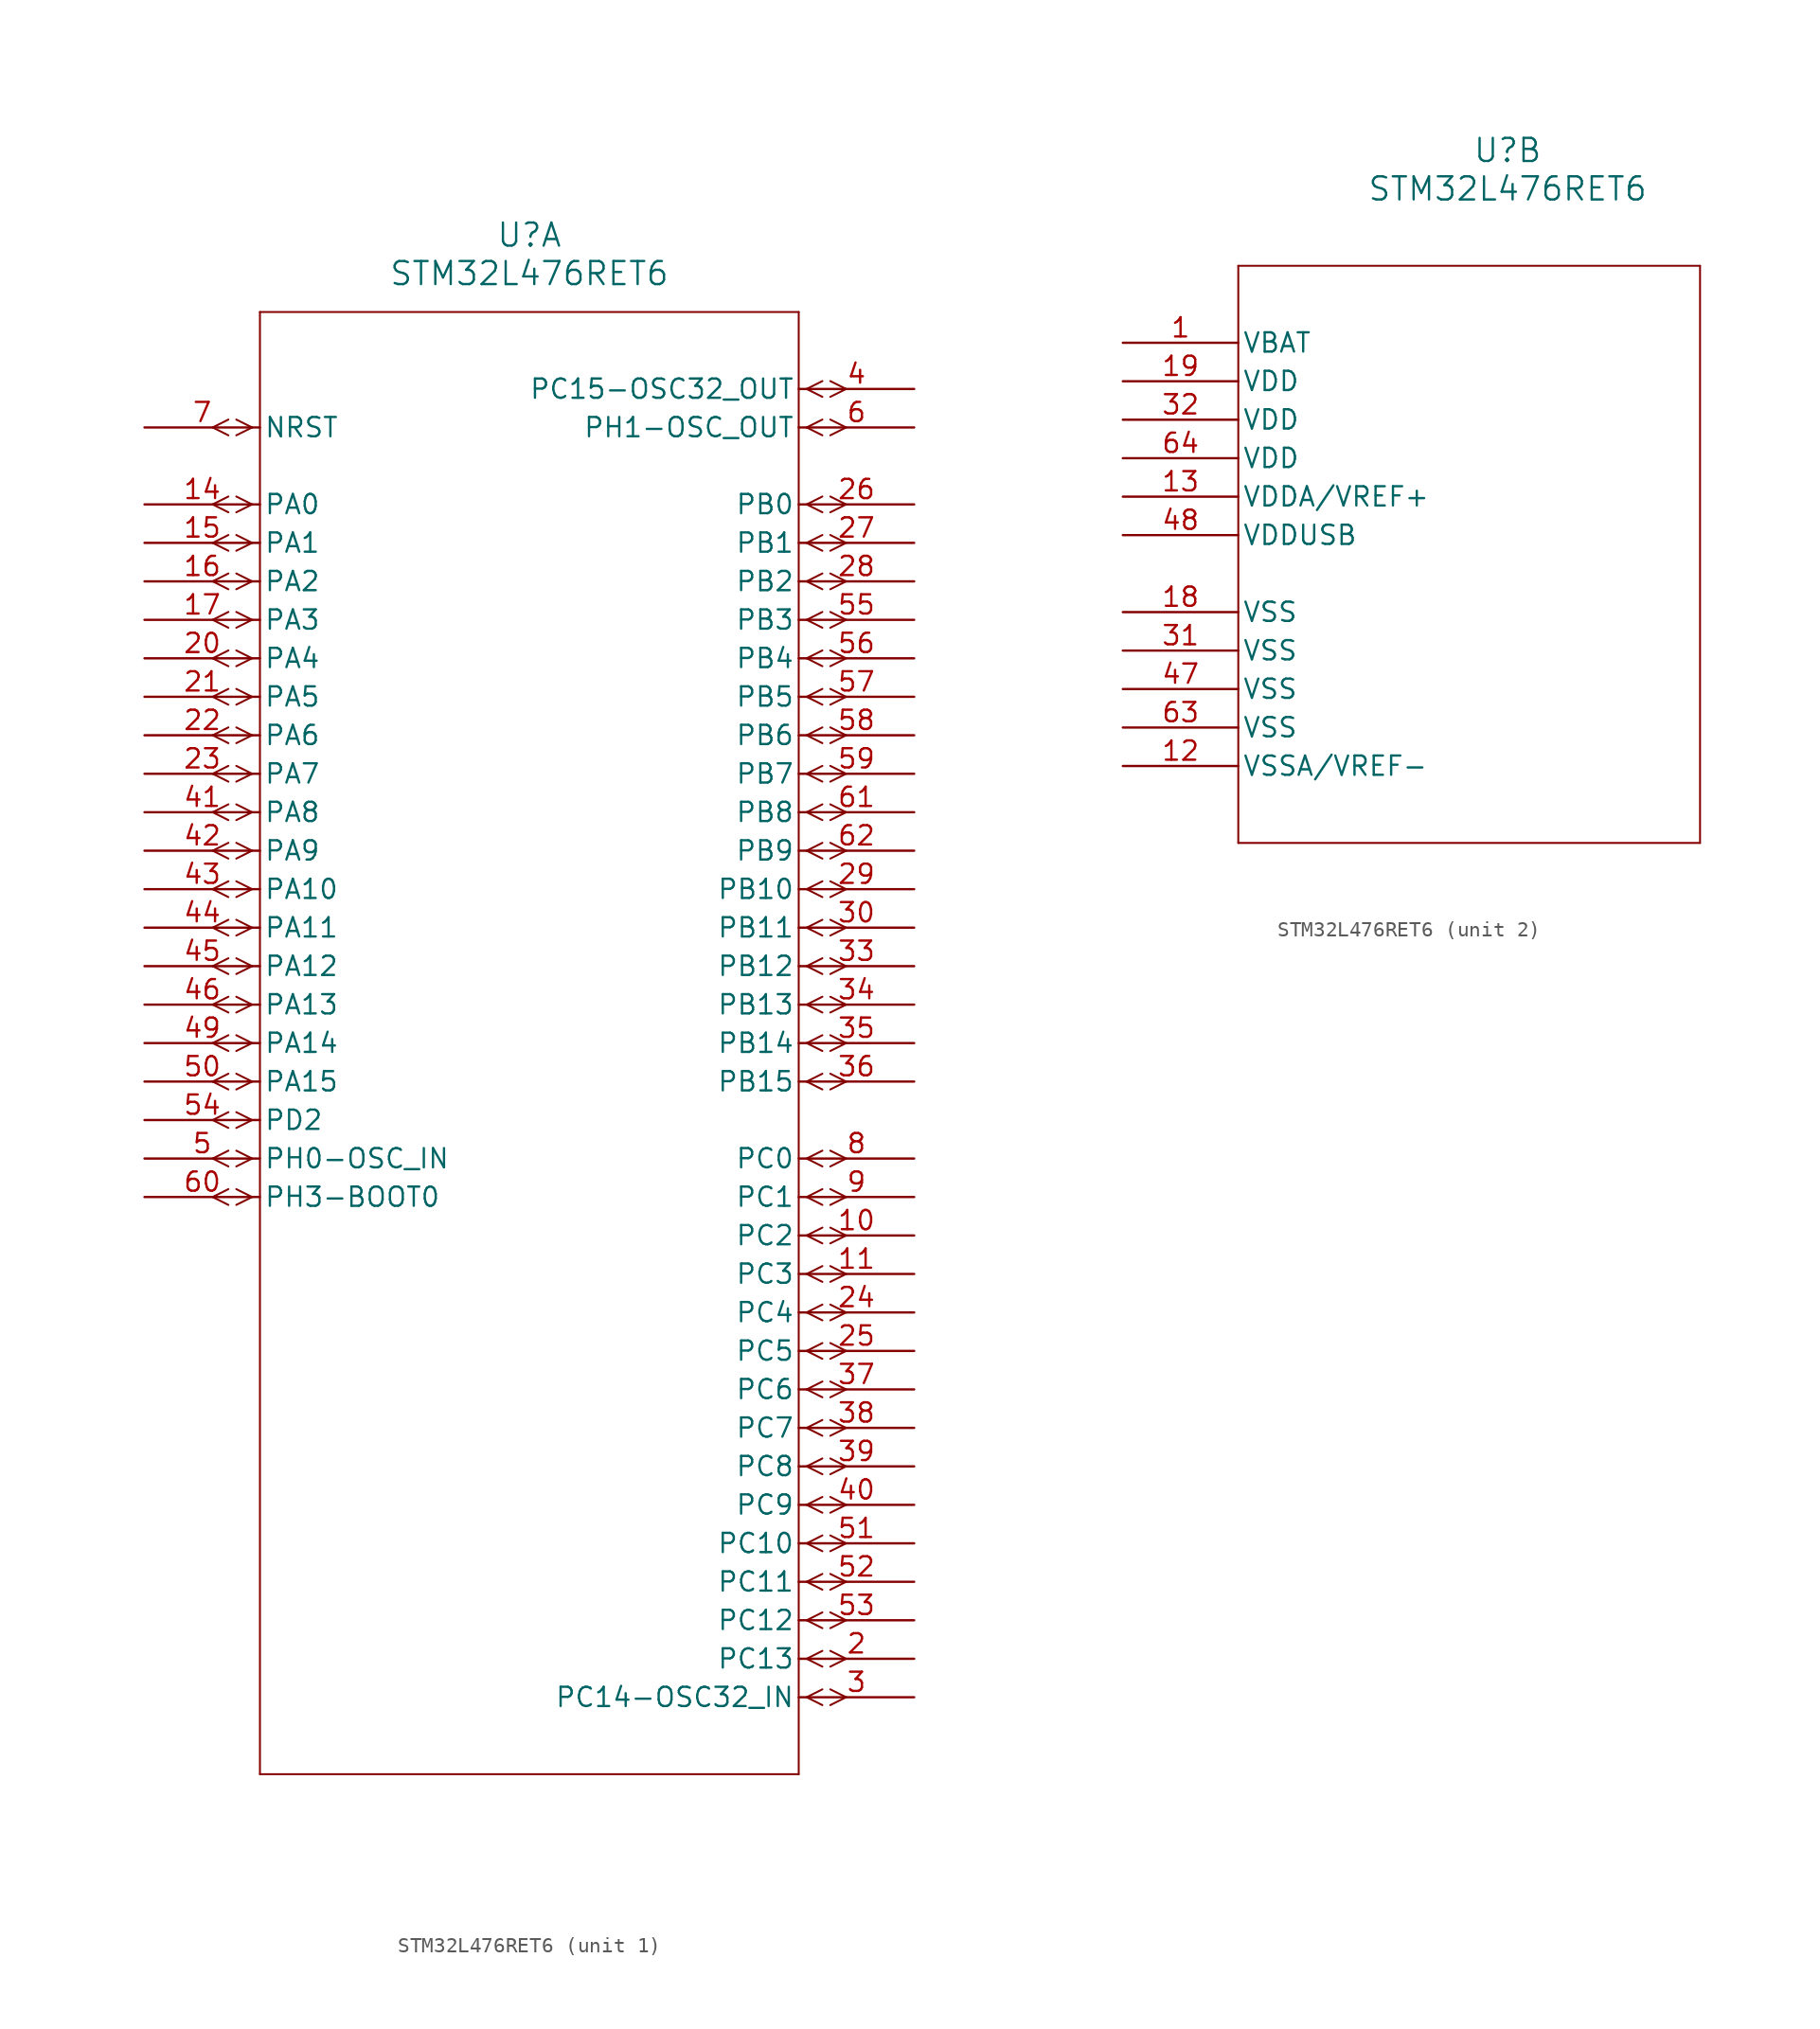
<source format=kicad_sym>
(kicad_symbol_lib
  (version 20211014)
  (generator kicad_symbol_editor)
  (symbol "STM32L476RET6"
    (pin_names
      (offset 0.254))
    (property "Reference" "U"
      (at 25.4 12.7 0)
      (effects (font (size 1.524 1.524))))
    (property "Value" "STM32L476RET6"
      (at 25.4 10.16 0)
      (effects (font (size 1.524 1.524))))
    (symbol "STM32L476RET6_1_1"
      (polyline (pts (xy 7.099 0) (xy 6.058 0.521)) (stroke (width 0.127) (type default) (color 0 0 0 0)) (fill (type none)))
      (polyline (pts (xy 7.099 0) (xy 6.058 -0.521)) (stroke (width 0.127) (type default) (color 0 0 0 0)) (fill (type none)))
      (polyline (pts (xy 5.537 0.521) (xy 4.496 0)) (stroke (width 0.127) (type default) (color 0 0 0 0)) (fill (type none)))
      (polyline (pts (xy 5.537 -0.521) (xy 4.496 0)) (stroke (width 0.127) (type default) (color 0 0 0 0)) (fill (type none)))
      (polyline (pts (xy 7.099 -5.08) (xy 6.058 -4.559)) (stroke (width 0.127) (type default) (color 0 0 0 0)) (fill (type none)))
      (polyline (pts (xy 7.099 -5.08) (xy 6.058 -5.601)) (stroke (width 0.127) (type default) (color 0 0 0 0)) (fill (type none)))
      (polyline (pts (xy 5.537 -4.559) (xy 4.496 -5.08)) (stroke (width 0.127) (type default) (color 0 0 0 0)) (fill (type none)))
      (polyline (pts (xy 5.537 -5.601) (xy 4.496 -5.08)) (stroke (width 0.127) (type default) (color 0 0 0 0)) (fill (type none)))
      (polyline (pts (xy 7.099 -7.62) (xy 6.058 -7.099)) (stroke (width 0.127) (type default) (color 0 0 0 0)) (fill (type none)))
      (polyline (pts (xy 7.099 -7.62) (xy 6.058 -8.141)) (stroke (width 0.127) (type default) (color 0 0 0 0)) (fill (type none)))
      (polyline (pts (xy 5.537 -7.099) (xy 4.496 -7.62)) (stroke (width 0.127) (type default) (color 0 0 0 0)) (fill (type none)))
      (polyline (pts (xy 5.537 -8.141) (xy 4.496 -7.62)) (stroke (width 0.127) (type default) (color 0 0 0 0)) (fill (type none)))
      (polyline (pts (xy 7.099 -10.16) (xy 6.058 -9.639)) (stroke (width 0.127) (type default) (color 0 0 0 0)) (fill (type none)))
      (polyline (pts (xy 7.099 -10.16) (xy 6.058 -10.681)) (stroke (width 0.127) (type default) (color 0 0 0 0)) (fill (type none)))
      (polyline (pts (xy 5.537 -9.639) (xy 4.496 -10.16)) (stroke (width 0.127) (type default) (color 0 0 0 0)) (fill (type none)))
      (polyline (pts (xy 5.537 -10.681) (xy 4.496 -10.16)) (stroke (width 0.127) (type default) (color 0 0 0 0)) (fill (type none)))
      (polyline (pts (xy 7.099 -12.7) (xy 6.058 -12.179)) (stroke (width 0.127) (type default) (color 0 0 0 0)) (fill (type none)))
      (polyline (pts (xy 7.099 -12.7) (xy 6.058 -13.221)) (stroke (width 0.127) (type default) (color 0 0 0 0)) (fill (type none)))
      (polyline (pts (xy 5.537 -12.179) (xy 4.496 -12.7)) (stroke (width 0.127) (type default) (color 0 0 0 0)) (fill (type none)))
      (polyline (pts (xy 5.537 -13.221) (xy 4.496 -12.7)) (stroke (width 0.127) (type default) (color 0 0 0 0)) (fill (type none)))
      (polyline (pts (xy 7.099 -15.24) (xy 6.058 -14.719)) (stroke (width 0.127) (type default) (color 0 0 0 0)) (fill (type none)))
      (polyline (pts (xy 7.099 -15.24) (xy 6.058 -15.761)) (stroke (width 0.127) (type default) (color 0 0 0 0)) (fill (type none)))
      (polyline (pts (xy 5.537 -14.719) (xy 4.496 -15.24)) (stroke (width 0.127) (type default) (color 0 0 0 0)) (fill (type none)))
      (polyline (pts (xy 5.537 -15.761) (xy 4.496 -15.24)) (stroke (width 0.127) (type default) (color 0 0 0 0)) (fill (type none)))
      (polyline (pts (xy 7.099 -17.78) (xy 6.058 -17.259)) (stroke (width 0.127) (type default) (color 0 0 0 0)) (fill (type none)))
      (polyline (pts (xy 7.099 -17.78) (xy 6.058 -18.301)) (stroke (width 0.127) (type default) (color 0 0 0 0)) (fill (type none)))
      (polyline (pts (xy 5.537 -17.259) (xy 4.496 -17.78)) (stroke (width 0.127) (type default) (color 0 0 0 0)) (fill (type none)))
      (polyline (pts (xy 5.537 -18.301) (xy 4.496 -17.78)) (stroke (width 0.127) (type default) (color 0 0 0 0)) (fill (type none)))
      (polyline (pts (xy 7.099 -20.32) (xy 6.058 -19.799)) (stroke (width 0.127) (type default) (color 0 0 0 0)) (fill (type none)))
      (polyline (pts (xy 7.099 -20.32) (xy 6.058 -20.841)) (stroke (width 0.127) (type default) (color 0 0 0 0)) (fill (type none)))
      (polyline (pts (xy 5.537 -19.799) (xy 4.496 -20.32)) (stroke (width 0.127) (type default) (color 0 0 0 0)) (fill (type none)))
      (polyline (pts (xy 5.537 -20.841) (xy 4.496 -20.32)) (stroke (width 0.127) (type default) (color 0 0 0 0)) (fill (type none)))
      (polyline (pts (xy 7.099 -22.86) (xy 6.058 -22.339)) (stroke (width 0.127) (type default) (color 0 0 0 0)) (fill (type none)))
      (polyline (pts (xy 7.099 -22.86) (xy 6.058 -23.381)) (stroke (width 0.127) (type default) (color 0 0 0 0)) (fill (type none)))
      (polyline (pts (xy 5.537 -22.339) (xy 4.496 -22.86)) (stroke (width 0.127) (type default) (color 0 0 0 0)) (fill (type none)))
      (polyline (pts (xy 5.537 -23.381) (xy 4.496 -22.86)) (stroke (width 0.127) (type default) (color 0 0 0 0)) (fill (type none)))
      (polyline (pts (xy 7.099 -25.4) (xy 6.058 -24.879)) (stroke (width 0.127) (type default) (color 0 0 0 0)) (fill (type none)))
      (polyline (pts (xy 7.099 -25.4) (xy 6.058 -25.921)) (stroke (width 0.127) (type default) (color 0 0 0 0)) (fill (type none)))
      (polyline (pts (xy 5.537 -24.879) (xy 4.496 -25.4)) (stroke (width 0.127) (type default) (color 0 0 0 0)) (fill (type none)))
      (polyline (pts (xy 5.537 -25.921) (xy 4.496 -25.4)) (stroke (width 0.127) (type default) (color 0 0 0 0)) (fill (type none)))
      (polyline (pts (xy 7.099 -27.94) (xy 6.058 -27.419)) (stroke (width 0.127) (type default) (color 0 0 0 0)) (fill (type none)))
      (polyline (pts (xy 7.099 -27.94) (xy 6.058 -28.461)) (stroke (width 0.127) (type default) (color 0 0 0 0)) (fill (type none)))
      (polyline (pts (xy 5.537 -27.419) (xy 4.496 -27.94)) (stroke (width 0.127) (type default) (color 0 0 0 0)) (fill (type none)))
      (polyline (pts (xy 5.537 -28.461) (xy 4.496 -27.94)) (stroke (width 0.127) (type default) (color 0 0 0 0)) (fill (type none)))
      (polyline (pts (xy 7.099 -30.48) (xy 6.058 -29.959)) (stroke (width 0.127) (type default) (color 0 0 0 0)) (fill (type none)))
      (polyline (pts (xy 7.099 -30.48) (xy 6.058 -31.001)) (stroke (width 0.127) (type default) (color 0 0 0 0)) (fill (type none)))
      (polyline (pts (xy 5.537 -29.959) (xy 4.496 -30.48)) (stroke (width 0.127) (type default) (color 0 0 0 0)) (fill (type none)))
      (polyline (pts (xy 5.537 -31.001) (xy 4.496 -30.48)) (stroke (width 0.127) (type default) (color 0 0 0 0)) (fill (type none)))
      (polyline (pts (xy 7.099 -33.02) (xy 6.058 -32.499)) (stroke (width 0.127) (type default) (color 0 0 0 0)) (fill (type none)))
      (polyline (pts (xy 7.099 -33.02) (xy 6.058 -33.541)) (stroke (width 0.127) (type default) (color 0 0 0 0)) (fill (type none)))
      (polyline (pts (xy 5.537 -32.499) (xy 4.496 -33.02)) (stroke (width 0.127) (type default) (color 0 0 0 0)) (fill (type none)))
      (polyline (pts (xy 5.537 -33.541) (xy 4.496 -33.02)) (stroke (width 0.127) (type default) (color 0 0 0 0)) (fill (type none)))
      (polyline (pts (xy 7.099 -35.56) (xy 6.058 -35.039)) (stroke (width 0.127) (type default) (color 0 0 0 0)) (fill (type none)))
      (polyline (pts (xy 7.099 -35.56) (xy 6.058 -36.081)) (stroke (width 0.127) (type default) (color 0 0 0 0)) (fill (type none)))
      (polyline (pts (xy 5.537 -35.039) (xy 4.496 -35.56)) (stroke (width 0.127) (type default) (color 0 0 0 0)) (fill (type none)))
      (polyline (pts (xy 5.537 -36.081) (xy 4.496 -35.56)) (stroke (width 0.127) (type default) (color 0 0 0 0)) (fill (type none)))
      (polyline (pts (xy 7.099 -38.1) (xy 6.058 -37.579)) (stroke (width 0.127) (type default) (color 0 0 0 0)) (fill (type none)))
      (polyline (pts (xy 7.099 -38.1) (xy 6.058 -38.621)) (stroke (width 0.127) (type default) (color 0 0 0 0)) (fill (type none)))
      (polyline (pts (xy 5.537 -37.579) (xy 4.496 -38.1)) (stroke (width 0.127) (type default) (color 0 0 0 0)) (fill (type none)))
      (polyline (pts (xy 5.537 -38.621) (xy 4.496 -38.1)) (stroke (width 0.127) (type default) (color 0 0 0 0)) (fill (type none)))
      (polyline (pts (xy 7.099 -40.64) (xy 6.058 -40.119)) (stroke (width 0.127) (type default) (color 0 0 0 0)) (fill (type none)))
      (polyline (pts (xy 7.099 -40.64) (xy 6.058 -41.161)) (stroke (width 0.127) (type default) (color 0 0 0 0)) (fill (type none)))
      (polyline (pts (xy 5.537 -40.119) (xy 4.496 -40.64)) (stroke (width 0.127) (type default) (color 0 0 0 0)) (fill (type none)))
      (polyline (pts (xy 5.537 -41.161) (xy 4.496 -40.64)) (stroke (width 0.127) (type default) (color 0 0 0 0)) (fill (type none)))
      (polyline (pts (xy 7.099 -43.18) (xy 6.058 -42.659)) (stroke (width 0.127) (type default) (color 0 0 0 0)) (fill (type none)))
      (polyline (pts (xy 7.099 -43.18) (xy 6.058 -43.701)) (stroke (width 0.127) (type default) (color 0 0 0 0)) (fill (type none)))
      (polyline (pts (xy 5.537 -42.659) (xy 4.496 -43.18)) (stroke (width 0.127) (type default) (color 0 0 0 0)) (fill (type none)))
      (polyline (pts (xy 5.537 -43.701) (xy 4.496 -43.18)) (stroke (width 0.127) (type default) (color 0 0 0 0)) (fill (type none)))
      (polyline (pts (xy 7.099 -45.72) (xy 6.058 -45.199)) (stroke (width 0.127) (type default) (color 0 0 0 0)) (fill (type none)))
      (polyline (pts (xy 7.099 -45.72) (xy 6.058 -46.241)) (stroke (width 0.127) (type default) (color 0 0 0 0)) (fill (type none)))
      (polyline (pts (xy 5.537 -45.199) (xy 4.496 -45.72)) (stroke (width 0.127) (type default) (color 0 0 0 0)) (fill (type none)))
      (polyline (pts (xy 5.537 -46.241) (xy 4.496 -45.72)) (stroke (width 0.127) (type default) (color 0 0 0 0)) (fill (type none)))
      (polyline (pts (xy 7.099 -48.26) (xy 6.058 -47.739)) (stroke (width 0.127) (type default) (color 0 0 0 0)) (fill (type none)))
      (polyline (pts (xy 7.099 -48.26) (xy 6.058 -48.781)) (stroke (width 0.127) (type default) (color 0 0 0 0)) (fill (type none)))
      (polyline (pts (xy 5.537 -47.739) (xy 4.496 -48.26)) (stroke (width 0.127) (type default) (color 0 0 0 0)) (fill (type none)))
      (polyline (pts (xy 5.537 -48.781) (xy 4.496 -48.26)) (stroke (width 0.127) (type default) (color 0 0 0 0)) (fill (type none)))
      (polyline (pts (xy 7.099 -50.8) (xy 6.058 -50.279)) (stroke (width 0.127) (type default) (color 0 0 0 0)) (fill (type none)))
      (polyline (pts (xy 7.099 -50.8) (xy 6.058 -51.321)) (stroke (width 0.127) (type default) (color 0 0 0 0)) (fill (type none)))
      (polyline (pts (xy 5.537 -50.279) (xy 4.496 -50.8)) (stroke (width 0.127) (type default) (color 0 0 0 0)) (fill (type none)))
      (polyline (pts (xy 5.537 -51.321) (xy 4.496 -50.8)) (stroke (width 0.127) (type default) (color 0 0 0 0)) (fill (type none)))
      (polyline (pts (xy 43.701 2.54) (xy 44.742 3.061)) (stroke (width 0.127) (type default) (color 0 0 0 0)) (fill (type none)))
      (polyline (pts (xy 43.701 2.54) (xy 44.742 2.019)) (stroke (width 0.127) (type default) (color 0 0 0 0)) (fill (type none)))
      (polyline (pts (xy 45.263 3.061) (xy 46.304 2.54)) (stroke (width 0.127) (type default) (color 0 0 0 0)) (fill (type none)))
      (polyline (pts (xy 45.263 2.019) (xy 46.304 2.54)) (stroke (width 0.127) (type default) (color 0 0 0 0)) (fill (type none)))
      (polyline (pts (xy 43.701 0) (xy 44.742 0.521)) (stroke (width 0.127) (type default) (color 0 0 0 0)) (fill (type none)))
      (polyline (pts (xy 43.701 0) (xy 44.742 -0.521)) (stroke (width 0.127) (type default) (color 0 0 0 0)) (fill (type none)))
      (polyline (pts (xy 45.263 0.521) (xy 46.304 0)) (stroke (width 0.127) (type default) (color 0 0 0 0)) (fill (type none)))
      (polyline (pts (xy 45.263 -0.521) (xy 46.304 0)) (stroke (width 0.127) (type default) (color 0 0 0 0)) (fill (type none)))
      (polyline (pts (xy 43.701 -5.08) (xy 44.742 -4.559)) (stroke (width 0.127) (type default) (color 0 0 0 0)) (fill (type none)))
      (polyline (pts (xy 43.701 -5.08) (xy 44.742 -5.601)) (stroke (width 0.127) (type default) (color 0 0 0 0)) (fill (type none)))
      (polyline (pts (xy 45.263 -4.559) (xy 46.304 -5.08)) (stroke (width 0.127) (type default) (color 0 0 0 0)) (fill (type none)))
      (polyline (pts (xy 45.263 -5.601) (xy 46.304 -5.08)) (stroke (width 0.127) (type default) (color 0 0 0 0)) (fill (type none)))
      (polyline (pts (xy 43.701 -7.62) (xy 44.742 -7.099)) (stroke (width 0.127) (type default) (color 0 0 0 0)) (fill (type none)))
      (polyline (pts (xy 43.701 -7.62) (xy 44.742 -8.141)) (stroke (width 0.127) (type default) (color 0 0 0 0)) (fill (type none)))
      (polyline (pts (xy 45.263 -7.099) (xy 46.304 -7.62)) (stroke (width 0.127) (type default) (color 0 0 0 0)) (fill (type none)))
      (polyline (pts (xy 45.263 -8.141) (xy 46.304 -7.62)) (stroke (width 0.127) (type default) (color 0 0 0 0)) (fill (type none)))
      (polyline (pts (xy 43.701 -10.16) (xy 44.742 -9.639)) (stroke (width 0.127) (type default) (color 0 0 0 0)) (fill (type none)))
      (polyline (pts (xy 43.701 -10.16) (xy 44.742 -10.681)) (stroke (width 0.127) (type default) (color 0 0 0 0)) (fill (type none)))
      (polyline (pts (xy 45.263 -9.639) (xy 46.304 -10.16)) (stroke (width 0.127) (type default) (color 0 0 0 0)) (fill (type none)))
      (polyline (pts (xy 45.263 -10.681) (xy 46.304 -10.16)) (stroke (width 0.127) (type default) (color 0 0 0 0)) (fill (type none)))
      (polyline (pts (xy 43.701 -12.7) (xy 44.742 -12.179)) (stroke (width 0.127) (type default) (color 0 0 0 0)) (fill (type none)))
      (polyline (pts (xy 43.701 -12.7) (xy 44.742 -13.221)) (stroke (width 0.127) (type default) (color 0 0 0 0)) (fill (type none)))
      (polyline (pts (xy 45.263 -12.179) (xy 46.304 -12.7)) (stroke (width 0.127) (type default) (color 0 0 0 0)) (fill (type none)))
      (polyline (pts (xy 45.263 -13.221) (xy 46.304 -12.7)) (stroke (width 0.127) (type default) (color 0 0 0 0)) (fill (type none)))
      (polyline (pts (xy 43.701 -15.24) (xy 44.742 -14.719)) (stroke (width 0.127) (type default) (color 0 0 0 0)) (fill (type none)))
      (polyline (pts (xy 43.701 -15.24) (xy 44.742 -15.761)) (stroke (width 0.127) (type default) (color 0 0 0 0)) (fill (type none)))
      (polyline (pts (xy 45.263 -14.719) (xy 46.304 -15.24)) (stroke (width 0.127) (type default) (color 0 0 0 0)) (fill (type none)))
      (polyline (pts (xy 45.263 -15.761) (xy 46.304 -15.24)) (stroke (width 0.127) (type default) (color 0 0 0 0)) (fill (type none)))
      (polyline (pts (xy 43.701 -17.78) (xy 44.742 -17.259)) (stroke (width 0.127) (type default) (color 0 0 0 0)) (fill (type none)))
      (polyline (pts (xy 43.701 -17.78) (xy 44.742 -18.301)) (stroke (width 0.127) (type default) (color 0 0 0 0)) (fill (type none)))
      (polyline (pts (xy 45.263 -17.259) (xy 46.304 -17.78)) (stroke (width 0.127) (type default) (color 0 0 0 0)) (fill (type none)))
      (polyline (pts (xy 45.263 -18.301) (xy 46.304 -17.78)) (stroke (width 0.127) (type default) (color 0 0 0 0)) (fill (type none)))
      (polyline (pts (xy 43.701 -20.32) (xy 44.742 -19.799)) (stroke (width 0.127) (type default) (color 0 0 0 0)) (fill (type none)))
      (polyline (pts (xy 43.701 -20.32) (xy 44.742 -20.841)) (stroke (width 0.127) (type default) (color 0 0 0 0)) (fill (type none)))
      (polyline (pts (xy 45.263 -19.799) (xy 46.304 -20.32)) (stroke (width 0.127) (type default) (color 0 0 0 0)) (fill (type none)))
      (polyline (pts (xy 45.263 -20.841) (xy 46.304 -20.32)) (stroke (width 0.127) (type default) (color 0 0 0 0)) (fill (type none)))
      (polyline (pts (xy 43.701 -22.86) (xy 44.742 -22.339)) (stroke (width 0.127) (type default) (color 0 0 0 0)) (fill (type none)))
      (polyline (pts (xy 43.701 -22.86) (xy 44.742 -23.381)) (stroke (width 0.127) (type default) (color 0 0 0 0)) (fill (type none)))
      (polyline (pts (xy 45.263 -22.339) (xy 46.304 -22.86)) (stroke (width 0.127) (type default) (color 0 0 0 0)) (fill (type none)))
      (polyline (pts (xy 45.263 -23.381) (xy 46.304 -22.86)) (stroke (width 0.127) (type default) (color 0 0 0 0)) (fill (type none)))
      (polyline (pts (xy 43.701 -25.4) (xy 44.742 -24.879)) (stroke (width 0.127) (type default) (color 0 0 0 0)) (fill (type none)))
      (polyline (pts (xy 43.701 -25.4) (xy 44.742 -25.921)) (stroke (width 0.127) (type default) (color 0 0 0 0)) (fill (type none)))
      (polyline (pts (xy 45.263 -24.879) (xy 46.304 -25.4)) (stroke (width 0.127) (type default) (color 0 0 0 0)) (fill (type none)))
      (polyline (pts (xy 45.263 -25.921) (xy 46.304 -25.4)) (stroke (width 0.127) (type default) (color 0 0 0 0)) (fill (type none)))
      (polyline (pts (xy 43.701 -27.94) (xy 44.742 -27.419)) (stroke (width 0.127) (type default) (color 0 0 0 0)) (fill (type none)))
      (polyline (pts (xy 43.701 -27.94) (xy 44.742 -28.461)) (stroke (width 0.127) (type default) (color 0 0 0 0)) (fill (type none)))
      (polyline (pts (xy 45.263 -27.419) (xy 46.304 -27.94)) (stroke (width 0.127) (type default) (color 0 0 0 0)) (fill (type none)))
      (polyline (pts (xy 45.263 -28.461) (xy 46.304 -27.94)) (stroke (width 0.127) (type default) (color 0 0 0 0)) (fill (type none)))
      (polyline (pts (xy 43.701 -30.48) (xy 44.742 -29.959)) (stroke (width 0.127) (type default) (color 0 0 0 0)) (fill (type none)))
      (polyline (pts (xy 43.701 -30.48) (xy 44.742 -31.001)) (stroke (width 0.127) (type default) (color 0 0 0 0)) (fill (type none)))
      (polyline (pts (xy 45.263 -29.959) (xy 46.304 -30.48)) (stroke (width 0.127) (type default) (color 0 0 0 0)) (fill (type none)))
      (polyline (pts (xy 45.263 -31.001) (xy 46.304 -30.48)) (stroke (width 0.127) (type default) (color 0 0 0 0)) (fill (type none)))
      (polyline (pts (xy 43.701 -33.02) (xy 44.742 -32.499)) (stroke (width 0.127) (type default) (color 0 0 0 0)) (fill (type none)))
      (polyline (pts (xy 43.701 -33.02) (xy 44.742 -33.541)) (stroke (width 0.127) (type default) (color 0 0 0 0)) (fill (type none)))
      (polyline (pts (xy 45.263 -32.499) (xy 46.304 -33.02)) (stroke (width 0.127) (type default) (color 0 0 0 0)) (fill (type none)))
      (polyline (pts (xy 45.263 -33.541) (xy 46.304 -33.02)) (stroke (width 0.127) (type default) (color 0 0 0 0)) (fill (type none)))
      (polyline (pts (xy 43.701 -35.56) (xy 44.742 -35.039)) (stroke (width 0.127) (type default) (color 0 0 0 0)) (fill (type none)))
      (polyline (pts (xy 43.701 -35.56) (xy 44.742 -36.081)) (stroke (width 0.127) (type default) (color 0 0 0 0)) (fill (type none)))
      (polyline (pts (xy 45.263 -35.039) (xy 46.304 -35.56)) (stroke (width 0.127) (type default) (color 0 0 0 0)) (fill (type none)))
      (polyline (pts (xy 45.263 -36.081) (xy 46.304 -35.56)) (stroke (width 0.127) (type default) (color 0 0 0 0)) (fill (type none)))
      (polyline (pts (xy 43.701 -38.1) (xy 44.742 -37.579)) (stroke (width 0.127) (type default) (color 0 0 0 0)) (fill (type none)))
      (polyline (pts (xy 43.701 -38.1) (xy 44.742 -38.621)) (stroke (width 0.127) (type default) (color 0 0 0 0)) (fill (type none)))
      (polyline (pts (xy 45.263 -37.579) (xy 46.304 -38.1)) (stroke (width 0.127) (type default) (color 0 0 0 0)) (fill (type none)))
      (polyline (pts (xy 45.263 -38.621) (xy 46.304 -38.1)) (stroke (width 0.127) (type default) (color 0 0 0 0)) (fill (type none)))
      (polyline (pts (xy 43.701 -40.64) (xy 44.742 -40.119)) (stroke (width 0.127) (type default) (color 0 0 0 0)) (fill (type none)))
      (polyline (pts (xy 43.701 -40.64) (xy 44.742 -41.161)) (stroke (width 0.127) (type default) (color 0 0 0 0)) (fill (type none)))
      (polyline (pts (xy 45.263 -40.119) (xy 46.304 -40.64)) (stroke (width 0.127) (type default) (color 0 0 0 0)) (fill (type none)))
      (polyline (pts (xy 45.263 -41.161) (xy 46.304 -40.64)) (stroke (width 0.127) (type default) (color 0 0 0 0)) (fill (type none)))
      (polyline (pts (xy 43.701 -43.18) (xy 44.742 -42.659)) (stroke (width 0.127) (type default) (color 0 0 0 0)) (fill (type none)))
      (polyline (pts (xy 43.701 -43.18) (xy 44.742 -43.701)) (stroke (width 0.127) (type default) (color 0 0 0 0)) (fill (type none)))
      (polyline (pts (xy 45.263 -42.659) (xy 46.304 -43.18)) (stroke (width 0.127) (type default) (color 0 0 0 0)) (fill (type none)))
      (polyline (pts (xy 45.263 -43.701) (xy 46.304 -43.18)) (stroke (width 0.127) (type default) (color 0 0 0 0)) (fill (type none)))
      (polyline (pts (xy 43.701 -48.26) (xy 44.742 -47.739)) (stroke (width 0.127) (type default) (color 0 0 0 0)) (fill (type none)))
      (polyline (pts (xy 43.701 -48.26) (xy 44.742 -48.781)) (stroke (width 0.127) (type default) (color 0 0 0 0)) (fill (type none)))
      (polyline (pts (xy 45.263 -47.739) (xy 46.304 -48.26)) (stroke (width 0.127) (type default) (color 0 0 0 0)) (fill (type none)))
      (polyline (pts (xy 45.263 -48.781) (xy 46.304 -48.26)) (stroke (width 0.127) (type default) (color 0 0 0 0)) (fill (type none)))
      (polyline (pts (xy 43.701 -50.8) (xy 44.742 -50.279)) (stroke (width 0.127) (type default) (color 0 0 0 0)) (fill (type none)))
      (polyline (pts (xy 43.701 -50.8) (xy 44.742 -51.321)) (stroke (width 0.127) (type default) (color 0 0 0 0)) (fill (type none)))
      (polyline (pts (xy 45.263 -50.279) (xy 46.304 -50.8)) (stroke (width 0.127) (type default) (color 0 0 0 0)) (fill (type none)))
      (polyline (pts (xy 45.263 -51.321) (xy 46.304 -50.8)) (stroke (width 0.127) (type default) (color 0 0 0 0)) (fill (type none)))
      (polyline (pts (xy 43.701 -53.34) (xy 44.742 -52.819)) (stroke (width 0.127) (type default) (color 0 0 0 0)) (fill (type none)))
      (polyline (pts (xy 43.701 -53.34) (xy 44.742 -53.861)) (stroke (width 0.127) (type default) (color 0 0 0 0)) (fill (type none)))
      (polyline (pts (xy 45.263 -52.819) (xy 46.304 -53.34)) (stroke (width 0.127) (type default) (color 0 0 0 0)) (fill (type none)))
      (polyline (pts (xy 45.263 -53.861) (xy 46.304 -53.34)) (stroke (width 0.127) (type default) (color 0 0 0 0)) (fill (type none)))
      (polyline (pts (xy 43.701 -55.88) (xy 44.742 -55.359)) (stroke (width 0.127) (type default) (color 0 0 0 0)) (fill (type none)))
      (polyline (pts (xy 43.701 -55.88) (xy 44.742 -56.401)) (stroke (width 0.127) (type default) (color 0 0 0 0)) (fill (type none)))
      (polyline (pts (xy 45.263 -55.359) (xy 46.304 -55.88)) (stroke (width 0.127) (type default) (color 0 0 0 0)) (fill (type none)))
      (polyline (pts (xy 45.263 -56.401) (xy 46.304 -55.88)) (stroke (width 0.127) (type default) (color 0 0 0 0)) (fill (type none)))
      (polyline (pts (xy 43.701 -58.42) (xy 44.742 -57.899)) (stroke (width 0.127) (type default) (color 0 0 0 0)) (fill (type none)))
      (polyline (pts (xy 43.701 -58.42) (xy 44.742 -58.941)) (stroke (width 0.127) (type default) (color 0 0 0 0)) (fill (type none)))
      (polyline (pts (xy 45.263 -57.899) (xy 46.304 -58.42)) (stroke (width 0.127) (type default) (color 0 0 0 0)) (fill (type none)))
      (polyline (pts (xy 45.263 -58.941) (xy 46.304 -58.42)) (stroke (width 0.127) (type default) (color 0 0 0 0)) (fill (type none)))
      (polyline (pts (xy 43.701 -60.96) (xy 44.742 -60.439)) (stroke (width 0.127) (type default) (color 0 0 0 0)) (fill (type none)))
      (polyline (pts (xy 43.701 -60.96) (xy 44.742 -61.481)) (stroke (width 0.127) (type default) (color 0 0 0 0)) (fill (type none)))
      (polyline (pts (xy 45.263 -60.439) (xy 46.304 -60.96)) (stroke (width 0.127) (type default) (color 0 0 0 0)) (fill (type none)))
      (polyline (pts (xy 45.263 -61.481) (xy 46.304 -60.96)) (stroke (width 0.127) (type default) (color 0 0 0 0)) (fill (type none)))
      (polyline (pts (xy 43.701 -63.5) (xy 44.742 -62.979)) (stroke (width 0.127) (type default) (color 0 0 0 0)) (fill (type none)))
      (polyline (pts (xy 43.701 -63.5) (xy 44.742 -64.021)) (stroke (width 0.127) (type default) (color 0 0 0 0)) (fill (type none)))
      (polyline (pts (xy 45.263 -62.979) (xy 46.304 -63.5)) (stroke (width 0.127) (type default) (color 0 0 0 0)) (fill (type none)))
      (polyline (pts (xy 45.263 -64.021) (xy 46.304 -63.5)) (stroke (width 0.127) (type default) (color 0 0 0 0)) (fill (type none)))
      (polyline (pts (xy 43.701 -66.04) (xy 44.742 -65.519)) (stroke (width 0.127) (type default) (color 0 0 0 0)) (fill (type none)))
      (polyline (pts (xy 43.701 -66.04) (xy 44.742 -66.561)) (stroke (width 0.127) (type default) (color 0 0 0 0)) (fill (type none)))
      (polyline (pts (xy 45.263 -65.519) (xy 46.304 -66.04)) (stroke (width 0.127) (type default) (color 0 0 0 0)) (fill (type none)))
      (polyline (pts (xy 45.263 -66.561) (xy 46.304 -66.04)) (stroke (width 0.127) (type default) (color 0 0 0 0)) (fill (type none)))
      (polyline (pts (xy 43.701 -68.58) (xy 44.742 -68.059)) (stroke (width 0.127) (type default) (color 0 0 0 0)) (fill (type none)))
      (polyline (pts (xy 43.701 -68.58) (xy 44.742 -69.101)) (stroke (width 0.127) (type default) (color 0 0 0 0)) (fill (type none)))
      (polyline (pts (xy 45.263 -68.059) (xy 46.304 -68.58)) (stroke (width 0.127) (type default) (color 0 0 0 0)) (fill (type none)))
      (polyline (pts (xy 45.263 -69.101) (xy 46.304 -68.58)) (stroke (width 0.127) (type default) (color 0 0 0 0)) (fill (type none)))
      (polyline (pts (xy 43.701 -71.12) (xy 44.742 -70.599)) (stroke (width 0.127) (type default) (color 0 0 0 0)) (fill (type none)))
      (polyline (pts (xy 43.701 -71.12) (xy 44.742 -71.641)) (stroke (width 0.127) (type default) (color 0 0 0 0)) (fill (type none)))
      (polyline (pts (xy 45.263 -70.599) (xy 46.304 -71.12)) (stroke (width 0.127) (type default) (color 0 0 0 0)) (fill (type none)))
      (polyline (pts (xy 45.263 -71.641) (xy 46.304 -71.12)) (stroke (width 0.127) (type default) (color 0 0 0 0)) (fill (type none)))
      (polyline (pts (xy 43.701 -73.66) (xy 44.742 -73.139)) (stroke (width 0.127) (type default) (color 0 0 0 0)) (fill (type none)))
      (polyline (pts (xy 43.701 -73.66) (xy 44.742 -74.181)) (stroke (width 0.127) (type default) (color 0 0 0 0)) (fill (type none)))
      (polyline (pts (xy 45.263 -73.139) (xy 46.304 -73.66)) (stroke (width 0.127) (type default) (color 0 0 0 0)) (fill (type none)))
      (polyline (pts (xy 45.263 -74.181) (xy 46.304 -73.66)) (stroke (width 0.127) (type default) (color 0 0 0 0)) (fill (type none)))
      (polyline (pts (xy 43.701 -76.2) (xy 44.742 -75.679)) (stroke (width 0.127) (type default) (color 0 0 0 0)) (fill (type none)))
      (polyline (pts (xy 43.701 -76.2) (xy 44.742 -76.721)) (stroke (width 0.127) (type default) (color 0 0 0 0)) (fill (type none)))
      (polyline (pts (xy 45.263 -75.679) (xy 46.304 -76.2)) (stroke (width 0.127) (type default) (color 0 0 0 0)) (fill (type none)))
      (polyline (pts (xy 45.263 -76.721) (xy 46.304 -76.2)) (stroke (width 0.127) (type default) (color 0 0 0 0)) (fill (type none)))
      (polyline (pts (xy 43.701 -78.74) (xy 44.742 -78.219)) (stroke (width 0.127) (type default) (color 0 0 0 0)) (fill (type none)))
      (polyline (pts (xy 43.701 -78.74) (xy 44.742 -79.261)) (stroke (width 0.127) (type default) (color 0 0 0 0)) (fill (type none)))
      (polyline (pts (xy 45.263 -78.219) (xy 46.304 -78.74)) (stroke (width 0.127) (type default) (color 0 0 0 0)) (fill (type none)))
      (polyline (pts (xy 45.263 -79.261) (xy 46.304 -78.74)) (stroke (width 0.127) (type default) (color 0 0 0 0)) (fill (type none)))
      (polyline (pts (xy 43.701 -81.28) (xy 44.742 -80.759)) (stroke (width 0.127) (type default) (color 0 0 0 0)) (fill (type none)))
      (polyline (pts (xy 43.701 -81.28) (xy 44.742 -81.801)) (stroke (width 0.127) (type default) (color 0 0 0 0)) (fill (type none)))
      (polyline (pts (xy 45.263 -80.759) (xy 46.304 -81.28)) (stroke (width 0.127) (type default) (color 0 0 0 0)) (fill (type none)))
      (polyline (pts (xy 45.263 -81.801) (xy 46.304 -81.28)) (stroke (width 0.127) (type default) (color 0 0 0 0)) (fill (type none)))
      (polyline (pts (xy 43.701 -83.82) (xy 44.742 -83.299)) (stroke (width 0.127) (type default) (color 0 0 0 0)) (fill (type none)))
      (polyline (pts (xy 43.701 -83.82) (xy 44.742 -84.341)) (stroke (width 0.127) (type default) (color 0 0 0 0)) (fill (type none)))
      (polyline (pts (xy 45.263 -83.299) (xy 46.304 -83.82)) (stroke (width 0.127) (type default) (color 0 0 0 0)) (fill (type none)))
      (polyline (pts (xy 45.263 -84.341) (xy 46.304 -83.82)) (stroke (width 0.127) (type default) (color 0 0 0 0)) (fill (type none)))
      (polyline (pts (xy 7.62 7.62) (xy 7.62 -88.9)) (stroke (width 0.127) (type default) (color 0 0 0 0)) (fill (type none)))
      (polyline (pts (xy 7.62 -88.9) (xy 43.18 -88.9)) (stroke (width 0.127) (type default) (color 0 0 0 0)) (fill (type none)))
      (polyline (pts (xy 43.18 -88.9) (xy 43.18 7.62)) (stroke (width 0.127) (type default) (color 0 0 0 0)) (fill (type none)))
      (polyline (pts (xy 43.18 7.62) (xy 7.62 7.62)) (stroke (width 0.127) (type default) (color 0 0 0 0)) (fill (type none)))
      (pin bidirectional line (at 50.8 -81.28 180) (length 7.62) (name "PC13" (effects (font (size 1.27 1.27)))) (number "2" (effects (font (size 1.27 1.27)))))
      (pin bidirectional line (at 50.8 -83.82 180) (length 7.62) (name "PC14-OSC32_IN" (effects (font (size 1.27 1.27)))) (number "3" (effects (font (size 1.27 1.27)))))
      (pin bidirectional line (at 50.8 2.54 180) (length 7.62) (name "PC15-OSC32_OUT" (effects (font (size 1.27 1.27)))) (number "4" (effects (font (size 1.27 1.27)))))
      (pin bidirectional line (at 0 -48.26 0) (length 7.62) (name "PH0-OSC_IN" (effects (font (size 1.27 1.27)))) (number "5" (effects (font (size 1.27 1.27)))))
      (pin bidirectional line (at 50.8 0 180) (length 7.62) (name "PH1-OSC_OUT" (effects (font (size 1.27 1.27)))) (number "6" (effects (font (size 1.27 1.27)))))
      (pin bidirectional line (at 0 0 0) (length 7.62) (name "NRST" (effects (font (size 1.27 1.27)))) (number "7" (effects (font (size 1.27 1.27)))))
      (pin bidirectional line (at 50.8 -48.26 180) (length 7.62) (name "PC0" (effects (font (size 1.27 1.27)))) (number "8" (effects (font (size 1.27 1.27)))))
      (pin bidirectional line (at 50.8 -50.8 180) (length 7.62) (name "PC1" (effects (font (size 1.27 1.27)))) (number "9" (effects (font (size 1.27 1.27)))))
      (pin bidirectional line (at 50.8 -53.34 180) (length 7.62) (name "PC2" (effects (font (size 1.27 1.27)))) (number "10" (effects (font (size 1.27 1.27)))))
      (pin bidirectional line (at 50.8 -55.88 180) (length 7.62) (name "PC3" (effects (font (size 1.27 1.27)))) (number "11" (effects (font (size 1.27 1.27)))))
      (pin bidirectional line (at 0 -5.08 0) (length 7.62) (name "PA0" (effects (font (size 1.27 1.27)))) (number "14" (effects (font (size 1.27 1.27)))))
      (pin bidirectional line (at 0 -7.62 0) (length 7.62) (name "PA1" (effects (font (size 1.27 1.27)))) (number "15" (effects (font (size 1.27 1.27)))))
      (pin bidirectional line (at 0 -10.16 0) (length 7.62) (name "PA2" (effects (font (size 1.27 1.27)))) (number "16" (effects (font (size 1.27 1.27)))))
      (pin bidirectional line (at 0 -12.7 0) (length 7.62) (name "PA3" (effects (font (size 1.27 1.27)))) (number "17" (effects (font (size 1.27 1.27)))))
      (pin bidirectional line (at 0 -15.24 0) (length 7.62) (name "PA4" (effects (font (size 1.27 1.27)))) (number "20" (effects (font (size 1.27 1.27)))))
      (pin bidirectional line (at 0 -17.78 0) (length 7.62) (name "PA5" (effects (font (size 1.27 1.27)))) (number "21" (effects (font (size 1.27 1.27)))))
      (pin bidirectional line (at 0 -20.32 0) (length 7.62) (name "PA6" (effects (font (size 1.27 1.27)))) (number "22" (effects (font (size 1.27 1.27)))))
      (pin bidirectional line (at 0 -22.86 0) (length 7.62) (name "PA7" (effects (font (size 1.27 1.27)))) (number "23" (effects (font (size 1.27 1.27)))))
      (pin bidirectional line (at 50.8 -58.42 180) (length 7.62) (name "PC4" (effects (font (size 1.27 1.27)))) (number "24" (effects (font (size 1.27 1.27)))))
      (pin bidirectional line (at 50.8 -60.96 180) (length 7.62) (name "PC5" (effects (font (size 1.27 1.27)))) (number "25" (effects (font (size 1.27 1.27)))))
      (pin bidirectional line (at 50.8 -5.08 180) (length 7.62) (name "PB0" (effects (font (size 1.27 1.27)))) (number "26" (effects (font (size 1.27 1.27)))))
      (pin bidirectional line (at 50.8 -7.62 180) (length 7.62) (name "PB1" (effects (font (size 1.27 1.27)))) (number "27" (effects (font (size 1.27 1.27)))))
      (pin bidirectional line (at 50.8 -10.16 180) (length 7.62) (name "PB2" (effects (font (size 1.27 1.27)))) (number "28" (effects (font (size 1.27 1.27)))))
      (pin bidirectional line (at 50.8 -30.48 180) (length 7.62) (name "PB10" (effects (font (size 1.27 1.27)))) (number "29" (effects (font (size 1.27 1.27)))))
      (pin bidirectional line (at 50.8 -33.02 180) (length 7.62) (name "PB11" (effects (font (size 1.27 1.27)))) (number "30" (effects (font (size 1.27 1.27)))))
      (pin bidirectional line (at 50.8 -35.56 180) (length 7.62) (name "PB12" (effects (font (size 1.27 1.27)))) (number "33" (effects (font (size 1.27 1.27)))))
      (pin bidirectional line (at 50.8 -38.1 180) (length 7.62) (name "PB13" (effects (font (size 1.27 1.27)))) (number "34" (effects (font (size 1.27 1.27)))))
      (pin bidirectional line (at 50.8 -40.64 180) (length 7.62) (name "PB14" (effects (font (size 1.27 1.27)))) (number "35" (effects (font (size 1.27 1.27)))))
      (pin bidirectional line (at 50.8 -43.18 180) (length 7.62) (name "PB15" (effects (font (size 1.27 1.27)))) (number "36" (effects (font (size 1.27 1.27)))))
      (pin bidirectional line (at 50.8 -63.5 180) (length 7.62) (name "PC6" (effects (font (size 1.27 1.27)))) (number "37" (effects (font (size 1.27 1.27)))))
      (pin bidirectional line (at 50.8 -66.04 180) (length 7.62) (name "PC7" (effects (font (size 1.27 1.27)))) (number "38" (effects (font (size 1.27 1.27)))))
      (pin bidirectional line (at 50.8 -68.58 180) (length 7.62) (name "PC8" (effects (font (size 1.27 1.27)))) (number "39" (effects (font (size 1.27 1.27)))))
      (pin bidirectional line (at 50.8 -71.12 180) (length 7.62) (name "PC9" (effects (font (size 1.27 1.27)))) (number "40" (effects (font (size 1.27 1.27)))))
      (pin bidirectional line (at 0 -25.4 0) (length 7.62) (name "PA8" (effects (font (size 1.27 1.27)))) (number "41" (effects (font (size 1.27 1.27)))))
      (pin bidirectional line (at 0 -27.94 0) (length 7.62) (name "PA9" (effects (font (size 1.27 1.27)))) (number "42" (effects (font (size 1.27 1.27)))))
      (pin bidirectional line (at 0 -30.48 0) (length 7.62) (name "PA10" (effects (font (size 1.27 1.27)))) (number "43" (effects (font (size 1.27 1.27)))))
      (pin bidirectional line (at 0 -33.02 0) (length 7.62) (name "PA11" (effects (font (size 1.27 1.27)))) (number "44" (effects (font (size 1.27 1.27)))))
      (pin bidirectional line (at 0 -35.56 0) (length 7.62) (name "PA12" (effects (font (size 1.27 1.27)))) (number "45" (effects (font (size 1.27 1.27)))))
      (pin bidirectional line (at 0 -38.1 0) (length 7.62) (name "PA13" (effects (font (size 1.27 1.27)))) (number "46" (effects (font (size 1.27 1.27)))))
      (pin bidirectional line (at 0 -40.64 0) (length 7.62) (name "PA14" (effects (font (size 1.27 1.27)))) (number "49" (effects (font (size 1.27 1.27)))))
      (pin bidirectional line (at 0 -43.18 0) (length 7.62) (name "PA15" (effects (font (size 1.27 1.27)))) (number "50" (effects (font (size 1.27 1.27)))))
      (pin bidirectional line (at 50.8 -73.66 180) (length 7.62) (name "PC10" (effects (font (size 1.27 1.27)))) (number "51" (effects (font (size 1.27 1.27)))))
      (pin bidirectional line (at 50.8 -76.2 180) (length 7.62) (name "PC11" (effects (font (size 1.27 1.27)))) (number "52" (effects (font (size 1.27 1.27)))))
      (pin bidirectional line (at 50.8 -78.74 180) (length 7.62) (name "PC12" (effects (font (size 1.27 1.27)))) (number "53" (effects (font (size 1.27 1.27)))))
      (pin bidirectional line (at 0 -45.72 0) (length 7.62) (name "PD2" (effects (font (size 1.27 1.27)))) (number "54" (effects (font (size 1.27 1.27)))))
      (pin bidirectional line (at 50.8 -12.7 180) (length 7.62) (name "PB3" (effects (font (size 1.27 1.27)))) (number "55" (effects (font (size 1.27 1.27)))))
      (pin bidirectional line (at 50.8 -15.24 180) (length 7.62) (name "PB4" (effects (font (size 1.27 1.27)))) (number "56" (effects (font (size 1.27 1.27)))))
      (pin bidirectional line (at 50.8 -17.78 180) (length 7.62) (name "PB5" (effects (font (size 1.27 1.27)))) (number "57" (effects (font (size 1.27 1.27)))))
      (pin bidirectional line (at 50.8 -20.32 180) (length 7.62) (name "PB6" (effects (font (size 1.27 1.27)))) (number "58" (effects (font (size 1.27 1.27)))))
      (pin bidirectional line (at 50.8 -22.86 180) (length 7.62) (name "PB7" (effects (font (size 1.27 1.27)))) (number "59" (effects (font (size 1.27 1.27)))))
      (pin bidirectional line (at 0 -50.8 0) (length 7.62) (name "PH3-BOOT0" (effects (font (size 1.27 1.27)))) (number "60" (effects (font (size 1.27 1.27)))))
      (pin bidirectional line (at 50.8 -25.4 180) (length 7.62) (name "PB8" (effects (font (size 1.27 1.27)))) (number "61" (effects (font (size 1.27 1.27)))))
      (pin bidirectional line (at 50.8 -27.94 180) (length 7.62) (name "PB9" (effects (font (size 1.27 1.27)))) (number "62" (effects (font (size 1.27 1.27))))))
    (symbol "STM32L476RET6_2_1"
      (polyline (pts (xy 7.62 5.08) (xy 7.62 -33.02)) (stroke (width 0.127) (type default) (color 0 0 0 0)) (fill (type none)))
      (polyline (pts (xy 7.62 -33.02) (xy 38.1 -33.02)) (stroke (width 0.127) (type default) (color 0 0 0 0)) (fill (type none)))
      (polyline (pts (xy 38.1 -33.02) (xy 38.1 5.08)) (stroke (width 0.127) (type default) (color 0 0 0 0)) (fill (type none)))
      (polyline (pts (xy 38.1 5.08) (xy 7.62 5.08)) (stroke (width 0.127) (type default) (color 0 0 0 0)) (fill (type none)))
      (pin power_in line (at 0 0 0) (length 7.62) (name "VBAT" (effects (font (size 1.27 1.27)))) (number "1" (effects (font (size 1.27 1.27)))))
      (pin power_in line (at 0 -27.94 0) (length 7.62) (name "VSSA/VREF-" (effects (font (size 1.27 1.27)))) (number "12" (effects (font (size 1.27 1.27)))))
      (pin power_in line (at 0 -10.16 0) (length 7.62) (name "VDDA/VREF+" (effects (font (size 1.27 1.27)))) (number "13" (effects (font (size 1.27 1.27)))))
      (pin power_in line (at 0 -17.78 0) (length 7.62) (name "VSS" (effects (font (size 1.27 1.27)))) (number "18" (effects (font (size 1.27 1.27)))))
      (pin power_in line (at 0 -2.54 0) (length 7.62) (name "VDD" (effects (font (size 1.27 1.27)))) (number "19" (effects (font (size 1.27 1.27)))))
      (pin power_in line (at 0 -20.32 0) (length 7.62) (name "VSS" (effects (font (size 1.27 1.27)))) (number "31" (effects (font (size 1.27 1.27)))))
      (pin power_in line (at 0 -5.08 0) (length 7.62) (name "VDD" (effects (font (size 1.27 1.27)))) (number "32" (effects (font (size 1.27 1.27)))))
      (pin power_in line (at 0 -22.86 0) (length 7.62) (name "VSS" (effects (font (size 1.27 1.27)))) (number "47" (effects (font (size 1.27 1.27)))))
      (pin power_in line (at 0 -12.7 0) (length 7.62) (name "VDDUSB" (effects (font (size 1.27 1.27)))) (number "48" (effects (font (size 1.27 1.27)))))
      (pin power_in line (at 0 -25.4 0) (length 7.62) (name "VSS" (effects (font (size 1.27 1.27)))) (number "63" (effects (font (size 1.27 1.27)))))
      (pin power_in line (at 0 -7.62 0) (length 7.62) (name "VDD" (effects (font (size 1.27 1.27)))) (number "64" (effects (font (size 1.27 1.27))))))))
</source>
